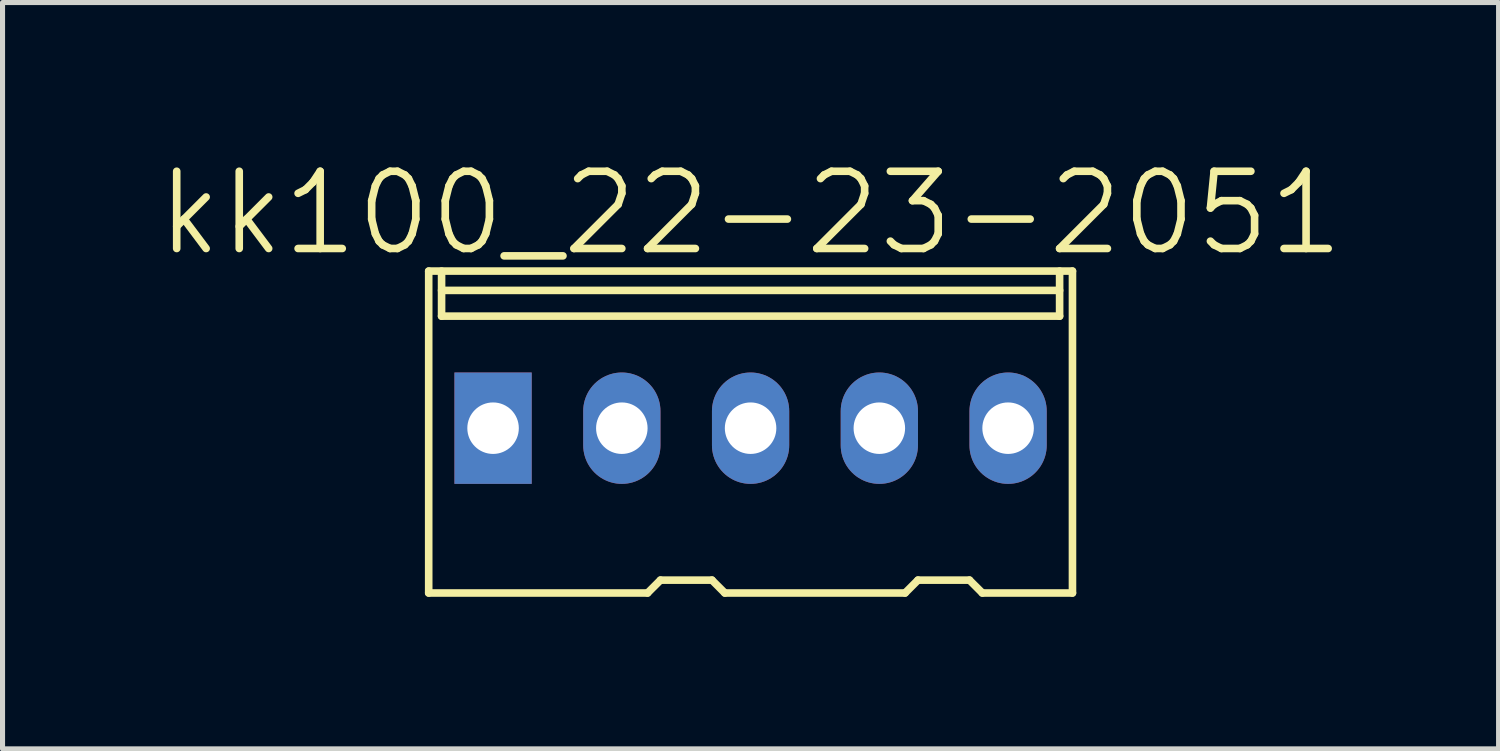
<source format=kicad_pcb>
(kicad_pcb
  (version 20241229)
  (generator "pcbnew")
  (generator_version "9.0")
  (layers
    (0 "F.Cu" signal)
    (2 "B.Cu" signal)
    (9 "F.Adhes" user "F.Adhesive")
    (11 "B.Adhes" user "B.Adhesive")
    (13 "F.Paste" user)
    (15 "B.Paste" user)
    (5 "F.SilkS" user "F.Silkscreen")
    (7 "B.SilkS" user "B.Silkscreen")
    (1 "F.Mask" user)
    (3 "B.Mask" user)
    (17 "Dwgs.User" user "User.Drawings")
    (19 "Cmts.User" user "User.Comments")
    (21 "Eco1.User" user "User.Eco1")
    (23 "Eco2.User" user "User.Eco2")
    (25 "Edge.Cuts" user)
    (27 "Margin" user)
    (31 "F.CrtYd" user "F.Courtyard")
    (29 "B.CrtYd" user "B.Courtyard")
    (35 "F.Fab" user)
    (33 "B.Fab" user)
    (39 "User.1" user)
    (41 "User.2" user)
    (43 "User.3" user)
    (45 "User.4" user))
  (footprint "kk100_22-23-2051"
    (layer "F.Cu")
    (at 11.757 5.473)
    (property "Reference" "kk100_22-23-2051" (at 0 -4.318 0) (layer "F.SilkS") (effects (font (size 1.524 1.524) (thickness 0.15))))
    (attr through_hole)
    (fp_line (start -6.35 -3.175) (end 6.35 -3.175) (stroke (width 0.15) (type solid)) (layer "F.SilkS"))
    (fp_line (start -6.35 3.175) (end -6.35 -3.175) (stroke (width 0.15) (type solid)) (layer "F.SilkS"))
    (fp_line (start -6.096 -2.286) (end -6.096 -3.175) (stroke (width 0.15) (type solid)) (layer "F.SilkS"))
    (fp_line (start -6.096 -2.286) (end 6.096 -2.286) (stroke (width 0.15) (type solid)) (layer "F.SilkS"))
    (fp_line (start -2.032 3.175) (end -6.35 3.175) (stroke (width 0.15) (type solid)) (layer "F.SilkS"))
    (fp_line (start -1.778 2.921) (end -2.032 3.175) (stroke (width 0.15) (type solid)) (layer "F.SilkS"))
    (fp_line (start -1.778 2.921) (end -0.762 2.921) (stroke (width 0.15) (type solid)) (layer "F.SilkS"))
    (fp_line (start -0.762 2.921) (end -0.508 3.175) (stroke (width 0.15) (type solid)) (layer "F.SilkS"))
    (fp_line (start -0.508 3.175) (end 3.048 3.175) (stroke (width 0.15) (type solid)) (layer "F.SilkS"))
    (fp_line (start 3.302 2.921) (end 3.048 3.175) (stroke (width 0.15) (type solid)) (layer "F.SilkS"))
    (fp_line (start 3.302 2.921) (end 4.318 2.921) (stroke (width 0.15) (type solid)) (layer "F.SilkS"))
    (fp_line (start 4.318 2.921) (end 4.572 3.175) (stroke (width 0.15) (type solid)) (layer "F.SilkS"))
    (fp_line (start 4.572 3.175) (end 6.35 3.175) (stroke (width 0.15) (type solid)) (layer "F.SilkS"))
    (fp_line (start 6.096 -2.794) (end -6.096 -2.794) (stroke (width 0.15) (type solid)) (layer "F.SilkS"))
    (fp_line (start 6.096 -2.286) (end 6.096 -3.175) (stroke (width 0.15) (type solid)) (layer "F.SilkS"))
    (fp_line (start 6.35 -3.175) (end 6.35 3.175) (stroke (width 0.15) (type solid)) (layer "F.SilkS"))
    (pad "1" thru_hole rect (at -5.08 -0.076) (size 1.524 2.197) (drill 1.016) (layers "*.Cu" "*.Mask"))
    (pad "2" thru_hole oval (at -2.54 -0.076) (size 1.524 2.197) (drill 1.016) (layers "*.Cu" "*.Mask"))
    (pad "3" thru_hole oval (at 0 -0.076) (size 1.524 2.197) (drill 1.016) (layers "*.Cu" "*.Mask"))
    (pad "4" thru_hole oval (at 2.54 -0.076) (size 1.524 2.197) (drill 1.016) (layers "*.Cu" "*.Mask"))
    (pad "5" thru_hole oval (at 5.08 -0.076) (size 1.524 2.197) (drill 1.016) (layers "*.Cu" "*.Mask")))
  (gr_rect
    (start -3 -3)
    (end 26.513 11.723)
    (stroke (width 0.1) (type default))
    (fill no)
    (layer "Edge.Cuts")))
</source>
